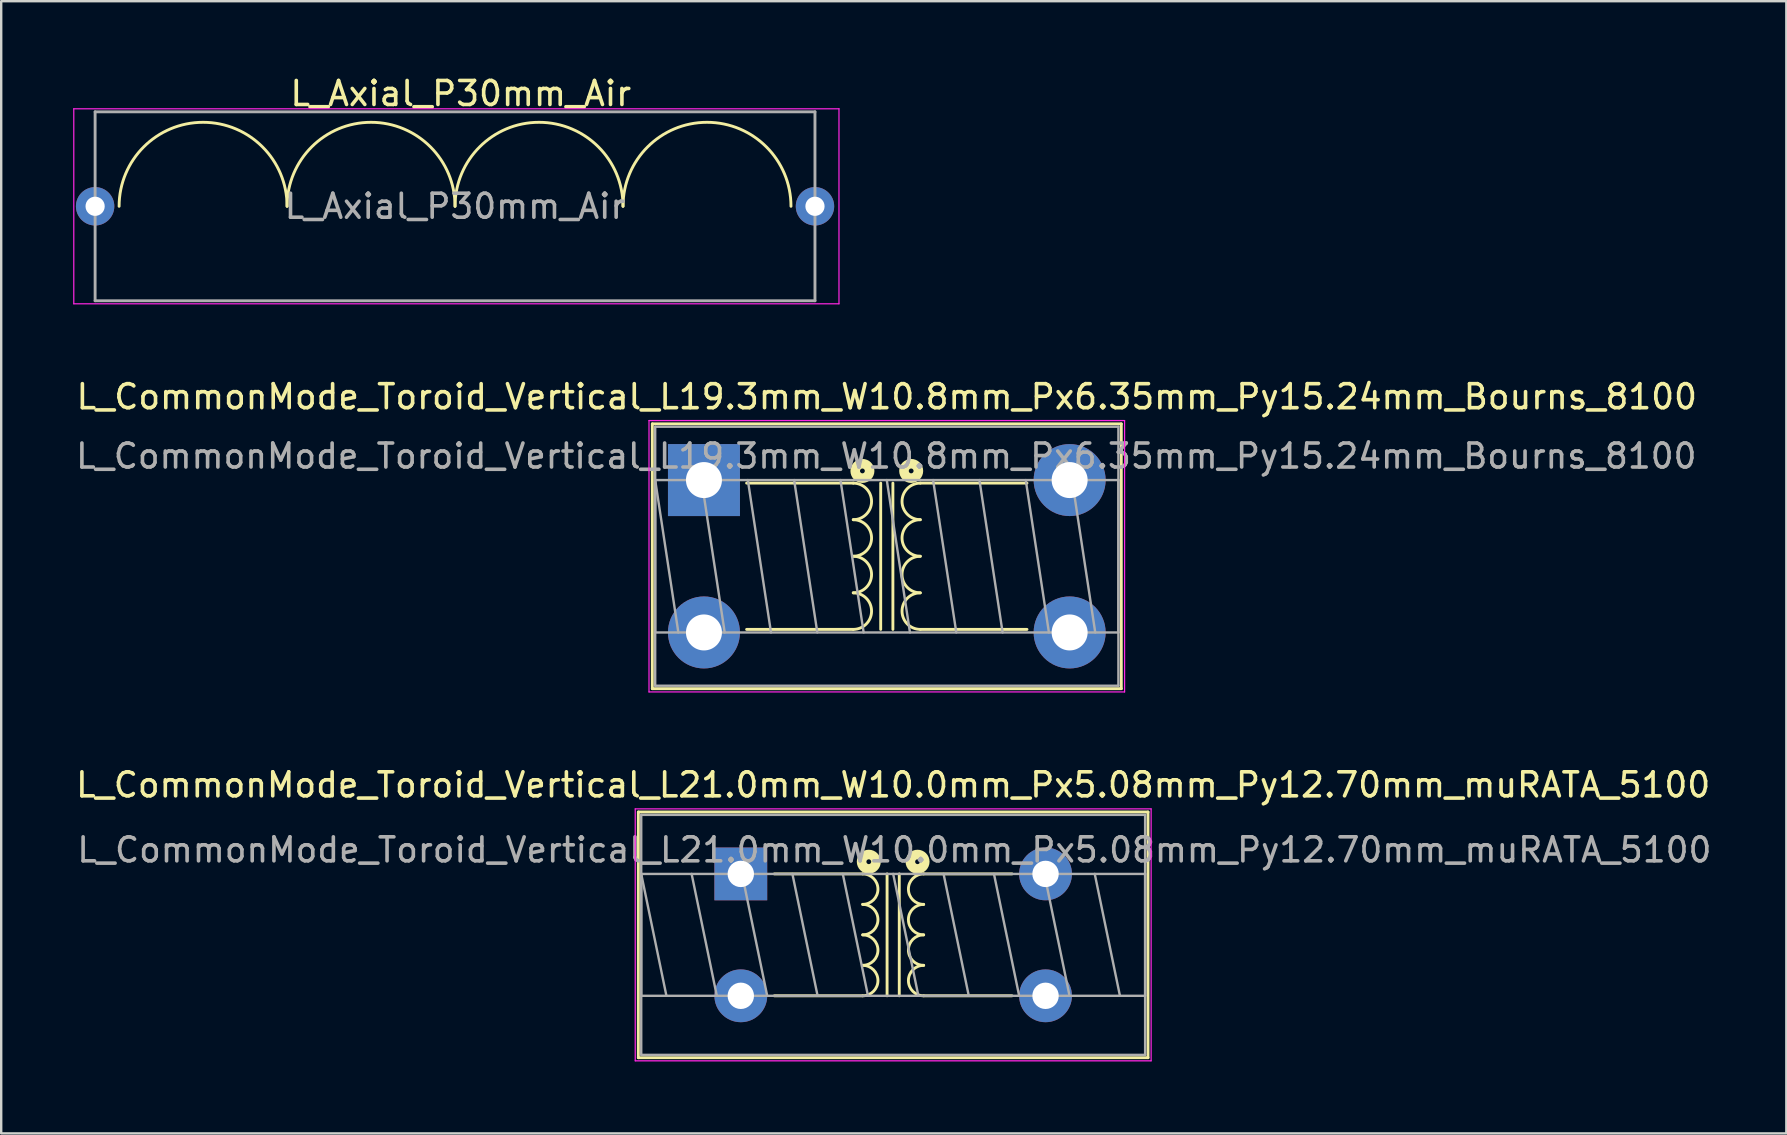
<source format=kicad_pcb>
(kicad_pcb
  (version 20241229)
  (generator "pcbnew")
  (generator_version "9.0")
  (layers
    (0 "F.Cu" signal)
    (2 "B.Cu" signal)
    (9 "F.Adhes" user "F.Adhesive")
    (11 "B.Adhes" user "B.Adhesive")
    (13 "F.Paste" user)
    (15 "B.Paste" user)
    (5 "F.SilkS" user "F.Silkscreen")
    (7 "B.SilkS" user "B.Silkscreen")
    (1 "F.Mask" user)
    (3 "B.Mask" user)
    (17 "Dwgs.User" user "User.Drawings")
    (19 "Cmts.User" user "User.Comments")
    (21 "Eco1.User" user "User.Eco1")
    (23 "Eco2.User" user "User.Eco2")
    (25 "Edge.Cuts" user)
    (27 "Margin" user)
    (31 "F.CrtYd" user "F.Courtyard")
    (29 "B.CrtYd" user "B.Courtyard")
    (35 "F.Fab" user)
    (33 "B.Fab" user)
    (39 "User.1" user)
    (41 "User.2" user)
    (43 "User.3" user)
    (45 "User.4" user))
  (footprint "L_CommonMode_Toroid_Vertical_L21.0mm_W10.0mm_Px5.08mm_Py12.70mm_muRATA_5100"
    (layer "F.Cu")
    (at 27.823 33.37)
    (property "Reference" "L_CommonMode_Toroid_Vertical_L21.0mm_W10.0mm_Px5.08mm_Py12.70mm_muRATA_5100" (at 6.35 -3.71 0) (layer "F.SilkS") (effects (font (size 1 1) (thickness 0.15))))
    (attr through_hole)
    (fp_line (start -4.27 -2.58) (end -4.27 7.66) (stroke (width 0.12) (type solid)) (layer "F.SilkS"))
    (fp_line (start -4.27 -2.58) (end 16.97 -2.58) (stroke (width 0.12) (type solid)) (layer "F.SilkS"))
    (fp_line (start -4.27 7.66) (end 16.97 7.66) (stroke (width 0.12) (type solid)) (layer "F.SilkS"))
    (fp_line (start 1.397 5.08) (end 5.08 5.08) (stroke (width 0.12) (type solid)) (layer "F.SilkS"))
    (fp_line (start 5.08 0) (end 1.397 0) (stroke (width 0.12) (type solid)) (layer "F.SilkS"))
    (fp_line (start 6.096 0) (end 6.096 5.08) (stroke (width 0.12) (type solid)) (layer "F.SilkS"))
    (fp_line (start 6.604 5.08) (end 6.604 0) (stroke (width 0.12) (type solid)) (layer "F.SilkS"))
    (fp_line (start 11.303 0) (end 7.62 0) (stroke (width 0.12) (type solid)) (layer "F.SilkS"))
    (fp_line (start 11.303 5.08) (end 7.62 5.08) (stroke (width 0.12) (type solid)) (layer "F.SilkS"))
    (fp_line (start 16.97 -2.58) (end 16.97 7.66) (stroke (width 0.12) (type solid)) (layer "F.SilkS"))
    (fp_arc (start 5.08 0) (mid 5.715 0.635) (end 5.08 1.27) (stroke (width 0.12) (type solid)) (layer "F.SilkS"))
    (fp_arc (start 5.08 1.27) (mid 5.715 1.905) (end 5.08 2.54) (stroke (width 0.12) (type solid)) (layer "F.SilkS"))
    (fp_arc (start 5.08 2.54) (mid 5.715 3.175) (end 5.08 3.81) (stroke (width 0.12) (type solid)) (layer "F.SilkS"))
    (fp_arc (start 5.08 3.81) (mid 5.715 4.445) (end 5.08 5.08) (stroke (width 0.12) (type solid)) (layer "F.SilkS"))
    (fp_arc (start 7.62 1.27) (mid 6.985 0.635) (end 7.62 0) (stroke (width 0.12) (type solid)) (layer "F.SilkS"))
    (fp_arc (start 7.62 2.54) (mid 6.985 1.905) (end 7.62 1.27) (stroke (width 0.12) (type solid)) (layer "F.SilkS"))
    (fp_arc (start 7.62 3.81) (mid 6.985 3.175) (end 7.62 2.54) (stroke (width 0.12) (type solid)) (layer "F.SilkS"))
    (fp_arc (start 7.62 5.08) (mid 6.985 4.445) (end 7.62 3.81) (stroke (width 0.12) (type solid)) (layer "F.SilkS"))
    (fp_circle (center 5.334 -0.508) (end 5.434 -0.508) (stroke (width 0.4) (type solid)) (fill no) (layer "F.SilkS"))
    (fp_circle (center 7.366 -0.508) (end 7.466 -0.508) (stroke (width 0.4) (type solid)) (fill no) (layer "F.SilkS"))
    (fp_line (start -4.4 -2.71) (end -4.4 7.79) (stroke (width 0.05) (type solid)) (layer "F.CrtYd"))
    (fp_line (start -4.4 7.79) (end 17.1 7.79) (stroke (width 0.05) (type solid)) (layer "F.CrtYd"))
    (fp_line (start 17.1 -2.71) (end -4.4 -2.71) (stroke (width 0.05) (type solid)) (layer "F.CrtYd"))
    (fp_line (start 17.1 7.79) (end 17.1 -2.71) (stroke (width 0.05) (type solid)) (layer "F.CrtYd"))
    (fp_line (start -4.15 -2.46) (end -4.15 7.54) (stroke (width 0.1) (type solid)) (layer "F.Fab"))
    (fp_line (start -4.15 0) (end -4.15 5.08) (stroke (width 0.1) (type solid)) (layer "F.Fab"))
    (fp_line (start -4.15 0) (end -3.1 5.08) (stroke (width 0.1) (type solid)) (layer "F.Fab"))
    (fp_line (start -4.15 5.08) (end 16.85 5.08) (stroke (width 0.1) (type solid)) (layer "F.Fab"))
    (fp_line (start -4.15 7.54) (end 16.85 7.54) (stroke (width 0.1) (type solid)) (layer "F.Fab"))
    (fp_line (start -2.05 0) (end -1 5.08) (stroke (width 0.1) (type solid)) (layer "F.Fab"))
    (fp_line (start 0.05 0) (end 1.1 5.08) (stroke (width 0.1) (type solid)) (layer "F.Fab"))
    (fp_line (start 2.15 0) (end 3.2 5.08) (stroke (width 0.1) (type solid)) (layer "F.Fab"))
    (fp_line (start 4.25 0) (end 5.3 5.08) (stroke (width 0.1) (type solid)) (layer "F.Fab"))
    (fp_line (start 6.35 0) (end 7.4 5.08) (stroke (width 0.1) (type solid)) (layer "F.Fab"))
    (fp_line (start 8.45 0) (end 9.5 5.08) (stroke (width 0.1) (type solid)) (layer "F.Fab"))
    (fp_line (start 10.55 0) (end 11.6 5.08) (stroke (width 0.1) (type solid)) (layer "F.Fab"))
    (fp_line (start 12.65 0) (end 13.7 5.08) (stroke (width 0.1) (type solid)) (layer "F.Fab"))
    (fp_line (start 14.75 0) (end 15.8 5.08) (stroke (width 0.1) (type solid)) (layer "F.Fab"))
    (fp_line (start 16.85 -2.46) (end -4.15 -2.46) (stroke (width 0.1) (type solid)) (layer "F.Fab"))
    (fp_line (start 16.85 0) (end -4.15 0) (stroke (width 0.1) (type solid)) (layer "F.Fab"))
    (fp_line (start 16.85 5.08) (end 16.85 0) (stroke (width 0.1) (type solid)) (layer "F.Fab"))
    (fp_line (start 16.85 7.54) (end 16.85 -2.46) (stroke (width 0.1) (type solid)) (layer "F.Fab"))
    (fp_text user "${REFERENCE}" (at 6.4 -1 0) (layer "F.Fab") (effects (font (size 1 1) (thickness 0.15))))
    (pad "1" thru_hole rect (at 0 0) (size 2.2 2.2) (drill 1.1) (layers "*.Cu" "*.Mask"))
    (pad "2" thru_hole circle (at 0 5.08) (size 2.2 2.2) (drill 1.1) (layers "*.Cu" "*.Mask"))
    (pad "3" thru_hole circle (at 12.7 5.08) (size 2.2 2.2) (drill 1.1) (layers "*.Cu" "*.Mask"))
    (pad "4" thru_hole circle (at 12.7 0) (size 2.2 2.2) (drill 1.1) (layers "*.Cu" "*.Mask")))
  (footprint "L_Axial_P30mm_Air"
    (layer "F.Cu")
    (at 0.914 5.547)
    (property "Reference" "L_Axial_P30mm_Air" (at 15.24 -4.699 0) (layer "F.SilkS") (effects (font (size 1 1) (thickness 0.15))))
    (attr through_hole)
    (fp_arc (start 1 0) (mid 4.5 -3.5) (end 8 0) (stroke (width 0.12) (type solid)) (layer "F.SilkS"))
    (fp_arc (start 8 0) (mid 11.5 -3.5) (end 15 0) (stroke (width 0.12) (type solid)) (layer "F.SilkS"))
    (fp_arc (start 15 0) (mid 18.5 -3.5) (end 22 0) (stroke (width 0.12) (type solid)) (layer "F.SilkS"))
    (fp_arc (start 22 0) (mid 25.5 -3.5) (end 29 0) (stroke (width 0.12) (type solid)) (layer "F.SilkS"))
    (fp_line (start -0.889 -4.064) (end -0.889 4.064) (stroke (width 0.05) (type solid)) (layer "F.CrtYd"))
    (fp_line (start -0.889 4.064) (end 31 4.064) (stroke (width 0.05) (type solid)) (layer "F.CrtYd"))
    (fp_line (start 31 -4.064) (end -0.889 -4.064) (stroke (width 0.05) (type solid)) (layer "F.CrtYd"))
    (fp_line (start 31 4.064) (end 31 -4.064) (stroke (width 0.05) (type solid)) (layer "F.CrtYd"))
    (fp_line (start 0 -3.937) (end 30 -3.937) (stroke (width 0.12) (type solid)) (layer "F.Fab"))
    (fp_line (start 0 0) (end 0 -3.937) (stroke (width 0.12) (type solid)) (layer "F.Fab"))
    (fp_line (start 0 0) (end 0 3.937) (stroke (width 0.12) (type solid)) (layer "F.Fab"))
    (fp_line (start 0 3.937) (end 30 3.937) (stroke (width 0.12) (type solid)) (layer "F.Fab"))
    (fp_line (start 30 -3.937) (end 30 0) (stroke (width 0.12) (type solid)) (layer "F.Fab"))
    (fp_line (start 30 3.937) (end 30 0) (stroke (width 0.12) (type solid)) (layer "F.Fab"))
    (fp_text user "${REFERENCE}" (at 15 0 0) (layer "F.Fab") (effects (font (size 1 1) (thickness 0.15))))
    (pad "1" thru_hole circle (at 0 0) (size 1.6 1.6) (drill 0.8) (layers "*.Cu" "*.Mask"))
    (pad "2" thru_hole oval (at 30 0) (size 1.6 1.6) (drill 0.8) (layers "*.Cu" "*.Mask")))
  (footprint "L_CommonMode_Toroid_Vertical_L19.3mm_W10.8mm_Px6.35mm_Py15.24mm_Bourns_8100"
    (layer "F.Cu")
    (at 26.287 16.957)
    (property "Reference" "L_CommonMode_Toroid_Vertical_L19.3mm_W10.8mm_Px6.35mm_Py15.24mm_Bourns_8100" (at 7.62 -3.473 0) (layer "F.SilkS") (effects (font (size 1 1) (thickness 0.15))))
    (attr through_hole)
    (fp_line (start -2.152 -2.343) (end -2.152 8.693) (stroke (width 0.12) (type solid)) (layer "F.SilkS"))
    (fp_line (start -2.152 -2.343) (end 17.392 -2.343) (stroke (width 0.12) (type solid)) (layer "F.SilkS"))
    (fp_line (start -2.152 8.693) (end 17.392 8.693) (stroke (width 0.12) (type solid)) (layer "F.SilkS"))
    (fp_line (start 6.223 0.127) (end 1.778 0.127) (stroke (width 0.12) (type solid)) (layer "F.SilkS"))
    (fp_line (start 6.223 6.223) (end 1.778 6.223) (stroke (width 0.12) (type solid)) (layer "F.SilkS"))
    (fp_line (start 7.366 6.223) (end 7.366 0.127) (stroke (width 0.12) (type solid)) (layer "F.SilkS"))
    (fp_line (start 7.874 0.127) (end 7.874 6.223) (stroke (width 0.12) (type solid)) (layer "F.SilkS"))
    (fp_line (start 9.017 0.127) (end 13.462 0.127) (stroke (width 0.12) (type solid)) (layer "F.SilkS"))
    (fp_line (start 9.017 6.223) (end 13.462 6.223) (stroke (width 0.12) (type solid)) (layer "F.SilkS"))
    (fp_line (start 17.392 -2.343) (end 17.392 8.693) (stroke (width 0.12) (type solid)) (layer "F.SilkS"))
    (fp_arc (start 6.223 0.127) (mid 6.985 0.889) (end 6.223 1.651) (stroke (width 0.12) (type solid)) (layer "F.SilkS"))
    (fp_arc (start 6.223 1.651) (mid 6.985 2.413) (end 6.223 3.175) (stroke (width 0.12) (type solid)) (layer "F.SilkS"))
    (fp_arc (start 6.223 3.175) (mid 6.985 3.937) (end 6.223 4.699) (stroke (width 0.12) (type solid)) (layer "F.SilkS"))
    (fp_arc (start 6.223 4.699) (mid 6.985 5.461) (end 6.223 6.223) (stroke (width 0.12) (type solid)) (layer "F.SilkS"))
    (fp_arc (start 9.017 1.651) (mid 8.255 0.889) (end 9.017 0.127) (stroke (width 0.12) (type solid)) (layer "F.SilkS"))
    (fp_arc (start 9.017 3.175) (mid 8.255 2.413) (end 9.017 1.651) (stroke (width 0.12) (type solid)) (layer "F.SilkS"))
    (fp_arc (start 9.017 4.699) (mid 8.255 3.937) (end 9.017 3.175) (stroke (width 0.12) (type solid)) (layer "F.SilkS"))
    (fp_arc (start 9.017 6.223) (mid 8.255 5.461) (end 9.017 4.699) (stroke (width 0.12) (type solid)) (layer "F.SilkS"))
    (fp_circle (center 6.604 -0.381) (end 6.704 -0.381) (stroke (width 0.4) (type solid)) (fill no) (layer "F.SilkS"))
    (fp_circle (center 8.636 -0.381) (end 8.736 -0.381) (stroke (width 0.4) (type solid)) (fill no) (layer "F.SilkS"))
    (fp_line (start -2.29 -2.48) (end -2.29 8.83) (stroke (width 0.05) (type solid)) (layer "F.CrtYd"))
    (fp_line (start -2.29 8.83) (end 17.53 8.83) (stroke (width 0.05) (type solid)) (layer "F.CrtYd"))
    (fp_line (start 17.53 -2.48) (end -2.29 -2.48) (stroke (width 0.05) (type solid)) (layer "F.CrtYd"))
    (fp_line (start 17.53 8.83) (end 17.53 -2.48) (stroke (width 0.05) (type solid)) (layer "F.CrtYd"))
    (fp_line (start -2.032 -2.223) (end -2.032 8.572) (stroke (width 0.1) (type solid)) (layer "F.Fab"))
    (fp_line (start -2.032 0) (end -2.032 6.35) (stroke (width 0.1) (type solid)) (layer "F.Fab"))
    (fp_line (start -2.032 0) (end -1.067 6.35) (stroke (width 0.1) (type solid)) (layer "F.Fab"))
    (fp_line (start -2.032 6.35) (end 17.272 6.35) (stroke (width 0.1) (type solid)) (layer "F.Fab"))
    (fp_line (start -2.032 8.572) (end 17.272 8.572) (stroke (width 0.1) (type solid)) (layer "F.Fab"))
    (fp_line (start -0.102 0) (end 0.864 6.35) (stroke (width 0.1) (type solid)) (layer "F.Fab"))
    (fp_line (start 1.829 0) (end 2.794 6.35) (stroke (width 0.1) (type solid)) (layer "F.Fab"))
    (fp_line (start 3.759 0) (end 4.724 6.35) (stroke (width 0.1) (type solid)) (layer "F.Fab"))
    (fp_line (start 5.69 0) (end 6.655 6.35) (stroke (width 0.1) (type solid)) (layer "F.Fab"))
    (fp_line (start 7.62 0) (end 8.585 6.35) (stroke (width 0.1) (type solid)) (layer "F.Fab"))
    (fp_line (start 9.55 0) (end 10.516 6.35) (stroke (width 0.1) (type solid)) (layer "F.Fab"))
    (fp_line (start 11.481 0) (end 12.446 6.35) (stroke (width 0.1) (type solid)) (layer "F.Fab"))
    (fp_line (start 13.411 0) (end 14.376 6.35) (stroke (width 0.1) (type solid)) (layer "F.Fab"))
    (fp_line (start 15.342 0) (end 16.307 6.35) (stroke (width 0.1) (type solid)) (layer "F.Fab"))
    (fp_line (start 17.272 -2.223) (end -2.032 -2.223) (stroke (width 0.1) (type solid)) (layer "F.Fab"))
    (fp_line (start 17.272 0) (end -2.032 0) (stroke (width 0.1) (type solid)) (layer "F.Fab"))
    (fp_line (start 17.272 6.35) (end 17.272 0) (stroke (width 0.1) (type solid)) (layer "F.Fab"))
    (fp_line (start 17.272 8.572) (end 17.272 -2.223) (stroke (width 0.1) (type solid)) (layer "F.Fab"))
    (fp_text user "${REFERENCE}" (at 7.6 -1 0) (layer "F.Fab") (effects (font (size 1 1) (thickness 0.15))))
    (pad "1" thru_hole rect (at 0 0) (size 3 3) (drill 1.5) (layers "*.Cu" "*.Mask"))
    (pad "2" thru_hole circle (at 0 6.35) (size 3 3) (drill 1.5) (layers "*.Cu" "*.Mask"))
    (pad "3" thru_hole circle (at 15.24 6.35) (size 3 3) (drill 1.5) (layers "*.Cu" "*.Mask"))
    (pad "4" thru_hole circle (at 15.24 0) (size 3 3) (drill 1.5) (layers "*.Cu" "*.Mask")))
  (gr_rect
    (start -3 -3)
    (end 71.395 44.185)
    (stroke (width 0.1) (type default))
    (fill no)
    (layer "Edge.Cuts")))
</source>
